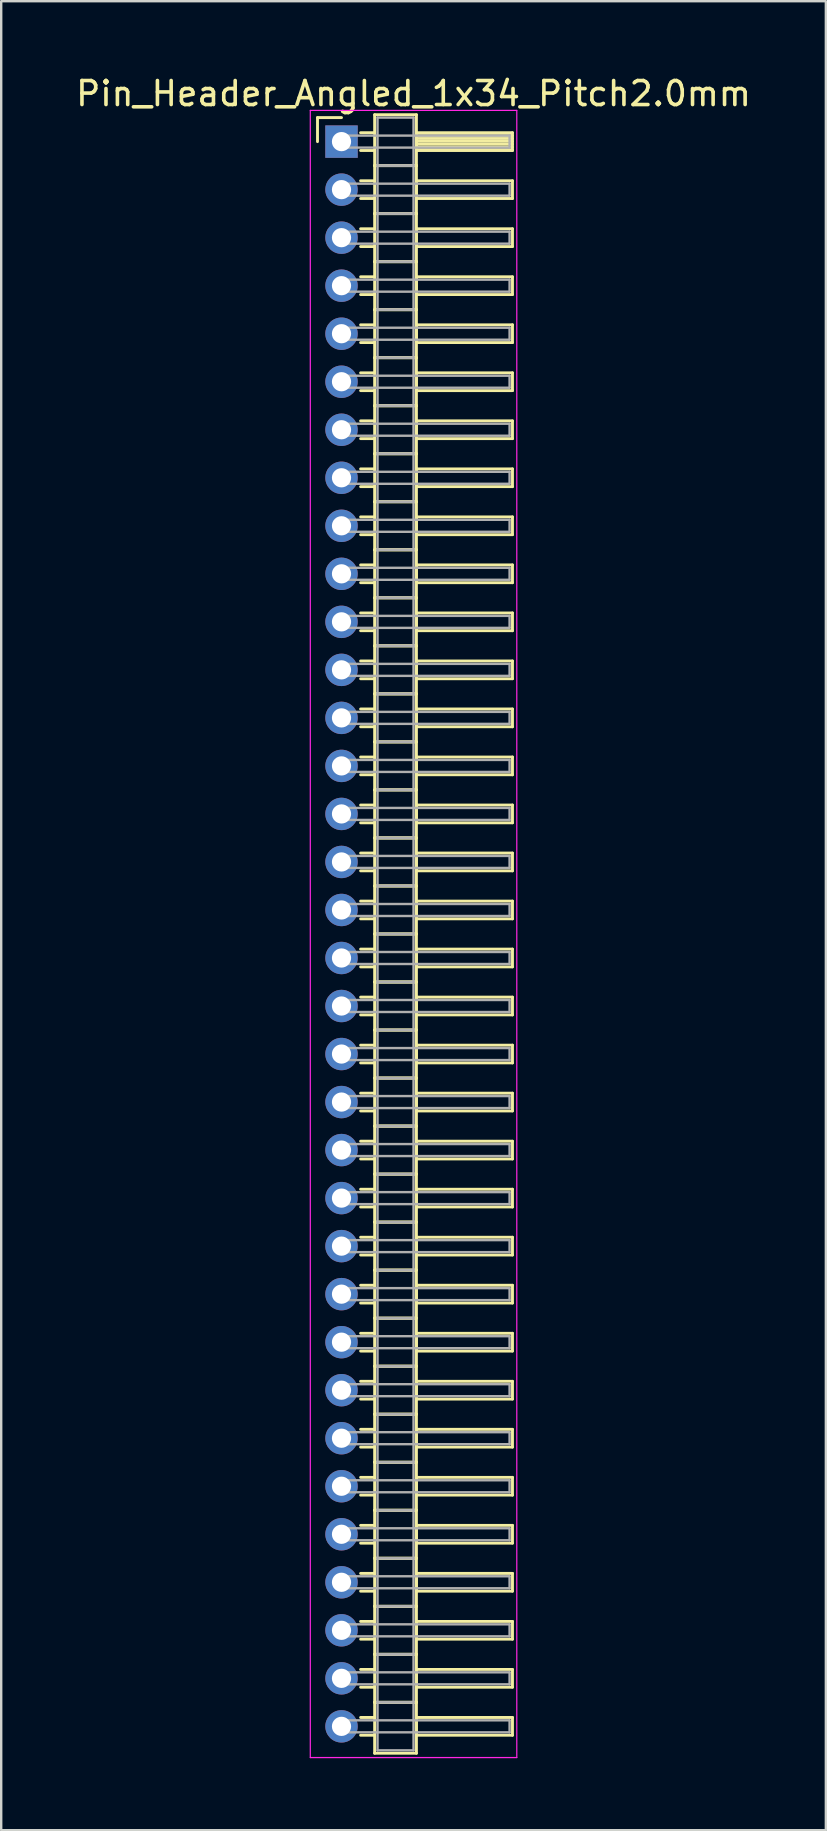
<source format=kicad_pcb>
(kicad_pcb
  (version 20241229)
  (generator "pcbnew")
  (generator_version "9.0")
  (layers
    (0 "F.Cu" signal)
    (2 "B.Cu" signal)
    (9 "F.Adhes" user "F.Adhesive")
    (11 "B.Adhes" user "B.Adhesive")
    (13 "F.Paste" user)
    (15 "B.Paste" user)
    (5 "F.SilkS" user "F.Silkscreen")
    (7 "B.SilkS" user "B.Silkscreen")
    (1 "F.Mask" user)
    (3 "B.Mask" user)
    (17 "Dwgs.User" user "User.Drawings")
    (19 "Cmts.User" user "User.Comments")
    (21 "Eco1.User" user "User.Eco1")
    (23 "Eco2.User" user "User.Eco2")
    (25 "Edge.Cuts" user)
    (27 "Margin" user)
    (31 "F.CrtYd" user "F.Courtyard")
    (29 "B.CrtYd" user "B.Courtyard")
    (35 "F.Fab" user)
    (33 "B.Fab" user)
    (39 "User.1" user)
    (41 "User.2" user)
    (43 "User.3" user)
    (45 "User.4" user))
  (footprint "Pin_Header_Angled_1x34_Pitch2.0mm"
    (layer "F.Cu")
    (at 11.173 2.848)
    (property "Reference" "Pin_Header_Angled_1x34_Pitch2.0mm" (at 3 -2 0) (layer "F.SilkS") (effects (font (size 1 1) (thickness 0.15))))
    (attr through_hole)
    (fp_line (start -1 -1) (end 0 -1) (stroke (width 0.12) (type solid)) (layer "F.SilkS"))
    (fp_line (start -1 0) (end -1 -1) (stroke (width 0.12) (type solid)) (layer "F.SilkS"))
    (fp_line (start 0.795 -0.37) (end 1.38 -0.37) (stroke (width 0.12) (type solid)) (layer "F.SilkS"))
    (fp_line (start 0.795 0.37) (end 1.38 0.37) (stroke (width 0.12) (type solid)) (layer "F.SilkS"))
    (fp_line (start 0.795 1.63) (end 1.38 1.63) (stroke (width 0.12) (type solid)) (layer "F.SilkS"))
    (fp_line (start 0.795 2.37) (end 1.38 2.37) (stroke (width 0.12) (type solid)) (layer "F.SilkS"))
    (fp_line (start 0.795 3.63) (end 1.38 3.63) (stroke (width 0.12) (type solid)) (layer "F.SilkS"))
    (fp_line (start 0.795 4.37) (end 1.38 4.37) (stroke (width 0.12) (type solid)) (layer "F.SilkS"))
    (fp_line (start 0.795 5.63) (end 1.38 5.63) (stroke (width 0.12) (type solid)) (layer "F.SilkS"))
    (fp_line (start 0.795 6.37) (end 1.38 6.37) (stroke (width 0.12) (type solid)) (layer "F.SilkS"))
    (fp_line (start 0.795 7.63) (end 1.38 7.63) (stroke (width 0.12) (type solid)) (layer "F.SilkS"))
    (fp_line (start 0.795 8.37) (end 1.38 8.37) (stroke (width 0.12) (type solid)) (layer "F.SilkS"))
    (fp_line (start 0.795 9.63) (end 1.38 9.63) (stroke (width 0.12) (type solid)) (layer "F.SilkS"))
    (fp_line (start 0.795 10.37) (end 1.38 10.37) (stroke (width 0.12) (type solid)) (layer "F.SilkS"))
    (fp_line (start 0.795 11.63) (end 1.38 11.63) (stroke (width 0.12) (type solid)) (layer "F.SilkS"))
    (fp_line (start 0.795 12.37) (end 1.38 12.37) (stroke (width 0.12) (type solid)) (layer "F.SilkS"))
    (fp_line (start 0.795 13.63) (end 1.38 13.63) (stroke (width 0.12) (type solid)) (layer "F.SilkS"))
    (fp_line (start 0.795 14.37) (end 1.38 14.37) (stroke (width 0.12) (type solid)) (layer "F.SilkS"))
    (fp_line (start 0.795 15.63) (end 1.38 15.63) (stroke (width 0.12) (type solid)) (layer "F.SilkS"))
    (fp_line (start 0.795 16.37) (end 1.38 16.37) (stroke (width 0.12) (type solid)) (layer "F.SilkS"))
    (fp_line (start 0.795 17.63) (end 1.38 17.63) (stroke (width 0.12) (type solid)) (layer "F.SilkS"))
    (fp_line (start 0.795 18.37) (end 1.38 18.37) (stroke (width 0.12) (type solid)) (layer "F.SilkS"))
    (fp_line (start 0.795 19.63) (end 1.38 19.63) (stroke (width 0.12) (type solid)) (layer "F.SilkS"))
    (fp_line (start 0.795 20.37) (end 1.38 20.37) (stroke (width 0.12) (type solid)) (layer "F.SilkS"))
    (fp_line (start 0.795 21.63) (end 1.38 21.63) (stroke (width 0.12) (type solid)) (layer "F.SilkS"))
    (fp_line (start 0.795 22.37) (end 1.38 22.37) (stroke (width 0.12) (type solid)) (layer "F.SilkS"))
    (fp_line (start 0.795 23.63) (end 1.38 23.63) (stroke (width 0.12) (type solid)) (layer "F.SilkS"))
    (fp_line (start 0.795 24.37) (end 1.38 24.37) (stroke (width 0.12) (type solid)) (layer "F.SilkS"))
    (fp_line (start 0.795 25.63) (end 1.38 25.63) (stroke (width 0.12) (type solid)) (layer "F.SilkS"))
    (fp_line (start 0.795 26.37) (end 1.38 26.37) (stroke (width 0.12) (type solid)) (layer "F.SilkS"))
    (fp_line (start 0.795 27.63) (end 1.38 27.63) (stroke (width 0.12) (type solid)) (layer "F.SilkS"))
    (fp_line (start 0.795 28.37) (end 1.38 28.37) (stroke (width 0.12) (type solid)) (layer "F.SilkS"))
    (fp_line (start 0.795 29.63) (end 1.38 29.63) (stroke (width 0.12) (type solid)) (layer "F.SilkS"))
    (fp_line (start 0.795 30.37) (end 1.38 30.37) (stroke (width 0.12) (type solid)) (layer "F.SilkS"))
    (fp_line (start 0.795 31.63) (end 1.38 31.63) (stroke (width 0.12) (type solid)) (layer "F.SilkS"))
    (fp_line (start 0.795 32.37) (end 1.38 32.37) (stroke (width 0.12) (type solid)) (layer "F.SilkS"))
    (fp_line (start 0.795 33.63) (end 1.38 33.63) (stroke (width 0.12) (type solid)) (layer "F.SilkS"))
    (fp_line (start 0.795 34.37) (end 1.38 34.37) (stroke (width 0.12) (type solid)) (layer "F.SilkS"))
    (fp_line (start 0.795 35.63) (end 1.38 35.63) (stroke (width 0.12) (type solid)) (layer "F.SilkS"))
    (fp_line (start 0.795 36.37) (end 1.38 36.37) (stroke (width 0.12) (type solid)) (layer "F.SilkS"))
    (fp_line (start 0.795 37.63) (end 1.38 37.63) (stroke (width 0.12) (type solid)) (layer "F.SilkS"))
    (fp_line (start 0.795 38.37) (end 1.38 38.37) (stroke (width 0.12) (type solid)) (layer "F.SilkS"))
    (fp_line (start 0.795 39.63) (end 1.38 39.63) (stroke (width 0.12) (type solid)) (layer "F.SilkS"))
    (fp_line (start 0.795 40.37) (end 1.38 40.37) (stroke (width 0.12) (type solid)) (layer "F.SilkS"))
    (fp_line (start 0.795 41.63) (end 1.38 41.63) (stroke (width 0.12) (type solid)) (layer "F.SilkS"))
    (fp_line (start 0.795 42.37) (end 1.38 42.37) (stroke (width 0.12) (type solid)) (layer "F.SilkS"))
    (fp_line (start 0.795 43.63) (end 1.38 43.63) (stroke (width 0.12) (type solid)) (layer "F.SilkS"))
    (fp_line (start 0.795 44.37) (end 1.38 44.37) (stroke (width 0.12) (type solid)) (layer "F.SilkS"))
    (fp_line (start 0.795 45.63) (end 1.38 45.63) (stroke (width 0.12) (type solid)) (layer "F.SilkS"))
    (fp_line (start 0.795 46.37) (end 1.38 46.37) (stroke (width 0.12) (type solid)) (layer "F.SilkS"))
    (fp_line (start 0.795 47.63) (end 1.38 47.63) (stroke (width 0.12) (type solid)) (layer "F.SilkS"))
    (fp_line (start 0.795 48.37) (end 1.38 48.37) (stroke (width 0.12) (type solid)) (layer "F.SilkS"))
    (fp_line (start 0.795 49.63) (end 1.38 49.63) (stroke (width 0.12) (type solid)) (layer "F.SilkS"))
    (fp_line (start 0.795 50.37) (end 1.38 50.37) (stroke (width 0.12) (type solid)) (layer "F.SilkS"))
    (fp_line (start 0.795 51.63) (end 1.38 51.63) (stroke (width 0.12) (type solid)) (layer "F.SilkS"))
    (fp_line (start 0.795 52.37) (end 1.38 52.37) (stroke (width 0.12) (type solid)) (layer "F.SilkS"))
    (fp_line (start 0.795 53.63) (end 1.38 53.63) (stroke (width 0.12) (type solid)) (layer "F.SilkS"))
    (fp_line (start 0.795 54.37) (end 1.38 54.37) (stroke (width 0.12) (type solid)) (layer "F.SilkS"))
    (fp_line (start 0.795 55.63) (end 1.38 55.63) (stroke (width 0.12) (type solid)) (layer "F.SilkS"))
    (fp_line (start 0.795 56.37) (end 1.38 56.37) (stroke (width 0.12) (type solid)) (layer "F.SilkS"))
    (fp_line (start 0.795 57.63) (end 1.38 57.63) (stroke (width 0.12) (type solid)) (layer "F.SilkS"))
    (fp_line (start 0.795 58.37) (end 1.38 58.37) (stroke (width 0.12) (type solid)) (layer "F.SilkS"))
    (fp_line (start 0.795 59.63) (end 1.38 59.63) (stroke (width 0.12) (type solid)) (layer "F.SilkS"))
    (fp_line (start 0.795 60.37) (end 1.38 60.37) (stroke (width 0.12) (type solid)) (layer "F.SilkS"))
    (fp_line (start 0.795 61.63) (end 1.38 61.63) (stroke (width 0.12) (type solid)) (layer "F.SilkS"))
    (fp_line (start 0.795 62.37) (end 1.38 62.37) (stroke (width 0.12) (type solid)) (layer "F.SilkS"))
    (fp_line (start 0.795 63.63) (end 1.38 63.63) (stroke (width 0.12) (type solid)) (layer "F.SilkS"))
    (fp_line (start 0.795 64.37) (end 1.38 64.37) (stroke (width 0.12) (type solid)) (layer "F.SilkS"))
    (fp_line (start 0.795 65.63) (end 1.38 65.63) (stroke (width 0.12) (type solid)) (layer "F.SilkS"))
    (fp_line (start 0.795 66.37) (end 1.38 66.37) (stroke (width 0.12) (type solid)) (layer "F.SilkS"))
    (fp_line (start 1.38 -1.12) (end 1.38 1) (stroke (width 0.12) (type solid)) (layer "F.SilkS"))
    (fp_line (start 1.38 1) (end 1.38 3) (stroke (width 0.12) (type solid)) (layer "F.SilkS"))
    (fp_line (start 1.38 1) (end 3.12 1) (stroke (width 0.12) (type solid)) (layer "F.SilkS"))
    (fp_line (start 1.38 3) (end 1.38 5) (stroke (width 0.12) (type solid)) (layer "F.SilkS"))
    (fp_line (start 1.38 3) (end 3.12 3) (stroke (width 0.12) (type solid)) (layer "F.SilkS"))
    (fp_line (start 1.38 5) (end 1.38 7) (stroke (width 0.12) (type solid)) (layer "F.SilkS"))
    (fp_line (start 1.38 5) (end 3.12 5) (stroke (width 0.12) (type solid)) (layer "F.SilkS"))
    (fp_line (start 1.38 7) (end 1.38 9) (stroke (width 0.12) (type solid)) (layer "F.SilkS"))
    (fp_line (start 1.38 7) (end 3.12 7) (stroke (width 0.12) (type solid)) (layer "F.SilkS"))
    (fp_line (start 1.38 9) (end 1.38 11) (stroke (width 0.12) (type solid)) (layer "F.SilkS"))
    (fp_line (start 1.38 9) (end 3.12 9) (stroke (width 0.12) (type solid)) (layer "F.SilkS"))
    (fp_line (start 1.38 11) (end 1.38 13) (stroke (width 0.12) (type solid)) (layer "F.SilkS"))
    (fp_line (start 1.38 11) (end 3.12 11) (stroke (width 0.12) (type solid)) (layer "F.SilkS"))
    (fp_line (start 1.38 13) (end 1.38 15) (stroke (width 0.12) (type solid)) (layer "F.SilkS"))
    (fp_line (start 1.38 13) (end 3.12 13) (stroke (width 0.12) (type solid)) (layer "F.SilkS"))
    (fp_line (start 1.38 15) (end 1.38 17) (stroke (width 0.12) (type solid)) (layer "F.SilkS"))
    (fp_line (start 1.38 15) (end 3.12 15) (stroke (width 0.12) (type solid)) (layer "F.SilkS"))
    (fp_line (start 1.38 17) (end 1.38 19) (stroke (width 0.12) (type solid)) (layer "F.SilkS"))
    (fp_line (start 1.38 17) (end 3.12 17) (stroke (width 0.12) (type solid)) (layer "F.SilkS"))
    (fp_line (start 1.38 19) (end 1.38 21) (stroke (width 0.12) (type solid)) (layer "F.SilkS"))
    (fp_line (start 1.38 19) (end 3.12 19) (stroke (width 0.12) (type solid)) (layer "F.SilkS"))
    (fp_line (start 1.38 21) (end 1.38 23) (stroke (width 0.12) (type solid)) (layer "F.SilkS"))
    (fp_line (start 1.38 21) (end 3.12 21) (stroke (width 0.12) (type solid)) (layer "F.SilkS"))
    (fp_line (start 1.38 23) (end 1.38 25) (stroke (width 0.12) (type solid)) (layer "F.SilkS"))
    (fp_line (start 1.38 23) (end 3.12 23) (stroke (width 0.12) (type solid)) (layer "F.SilkS"))
    (fp_line (start 1.38 25) (end 1.38 27) (stroke (width 0.12) (type solid)) (layer "F.SilkS"))
    (fp_line (start 1.38 25) (end 3.12 25) (stroke (width 0.12) (type solid)) (layer "F.SilkS"))
    (fp_line (start 1.38 27) (end 1.38 29) (stroke (width 0.12) (type solid)) (layer "F.SilkS"))
    (fp_line (start 1.38 27) (end 3.12 27) (stroke (width 0.12) (type solid)) (layer "F.SilkS"))
    (fp_line (start 1.38 29) (end 1.38 31) (stroke (width 0.12) (type solid)) (layer "F.SilkS"))
    (fp_line (start 1.38 29) (end 3.12 29) (stroke (width 0.12) (type solid)) (layer "F.SilkS"))
    (fp_line (start 1.38 31) (end 1.38 33) (stroke (width 0.12) (type solid)) (layer "F.SilkS"))
    (fp_line (start 1.38 31) (end 3.12 31) (stroke (width 0.12) (type solid)) (layer "F.SilkS"))
    (fp_line (start 1.38 33) (end 1.38 35) (stroke (width 0.12) (type solid)) (layer "F.SilkS"))
    (fp_line (start 1.38 33) (end 3.12 33) (stroke (width 0.12) (type solid)) (layer "F.SilkS"))
    (fp_line (start 1.38 35) (end 1.38 37) (stroke (width 0.12) (type solid)) (layer "F.SilkS"))
    (fp_line (start 1.38 35) (end 3.12 35) (stroke (width 0.12) (type solid)) (layer "F.SilkS"))
    (fp_line (start 1.38 37) (end 1.38 39) (stroke (width 0.12) (type solid)) (layer "F.SilkS"))
    (fp_line (start 1.38 37) (end 3.12 37) (stroke (width 0.12) (type solid)) (layer "F.SilkS"))
    (fp_line (start 1.38 39) (end 1.38 41) (stroke (width 0.12) (type solid)) (layer "F.SilkS"))
    (fp_line (start 1.38 39) (end 3.12 39) (stroke (width 0.12) (type solid)) (layer "F.SilkS"))
    (fp_line (start 1.38 41) (end 1.38 43) (stroke (width 0.12) (type solid)) (layer "F.SilkS"))
    (fp_line (start 1.38 41) (end 3.12 41) (stroke (width 0.12) (type solid)) (layer "F.SilkS"))
    (fp_line (start 1.38 43) (end 1.38 45) (stroke (width 0.12) (type solid)) (layer "F.SilkS"))
    (fp_line (start 1.38 43) (end 3.12 43) (stroke (width 0.12) (type solid)) (layer "F.SilkS"))
    (fp_line (start 1.38 45) (end 1.38 47) (stroke (width 0.12) (type solid)) (layer "F.SilkS"))
    (fp_line (start 1.38 45) (end 3.12 45) (stroke (width 0.12) (type solid)) (layer "F.SilkS"))
    (fp_line (start 1.38 47) (end 1.38 49) (stroke (width 0.12) (type solid)) (layer "F.SilkS"))
    (fp_line (start 1.38 47) (end 3.12 47) (stroke (width 0.12) (type solid)) (layer "F.SilkS"))
    (fp_line (start 1.38 49) (end 1.38 51) (stroke (width 0.12) (type solid)) (layer "F.SilkS"))
    (fp_line (start 1.38 49) (end 3.12 49) (stroke (width 0.12) (type solid)) (layer "F.SilkS"))
    (fp_line (start 1.38 51) (end 1.38 53) (stroke (width 0.12) (type solid)) (layer "F.SilkS"))
    (fp_line (start 1.38 51) (end 3.12 51) (stroke (width 0.12) (type solid)) (layer "F.SilkS"))
    (fp_line (start 1.38 53) (end 1.38 55) (stroke (width 0.12) (type solid)) (layer "F.SilkS"))
    (fp_line (start 1.38 53) (end 3.12 53) (stroke (width 0.12) (type solid)) (layer "F.SilkS"))
    (fp_line (start 1.38 55) (end 1.38 57) (stroke (width 0.12) (type solid)) (layer "F.SilkS"))
    (fp_line (start 1.38 55) (end 3.12 55) (stroke (width 0.12) (type solid)) (layer "F.SilkS"))
    (fp_line (start 1.38 57) (end 1.38 59) (stroke (width 0.12) (type solid)) (layer "F.SilkS"))
    (fp_line (start 1.38 57) (end 3.12 57) (stroke (width 0.12) (type solid)) (layer "F.SilkS"))
    (fp_line (start 1.38 59) (end 1.38 61) (stroke (width 0.12) (type solid)) (layer "F.SilkS"))
    (fp_line (start 1.38 59) (end 3.12 59) (stroke (width 0.12) (type solid)) (layer "F.SilkS"))
    (fp_line (start 1.38 61) (end 1.38 63) (stroke (width 0.12) (type solid)) (layer "F.SilkS"))
    (fp_line (start 1.38 61) (end 3.12 61) (stroke (width 0.12) (type solid)) (layer "F.SilkS"))
    (fp_line (start 1.38 63) (end 1.38 65) (stroke (width 0.12) (type solid)) (layer "F.SilkS"))
    (fp_line (start 1.38 63) (end 3.12 63) (stroke (width 0.12) (type solid)) (layer "F.SilkS"))
    (fp_line (start 1.38 65) (end 1.38 67.12) (stroke (width 0.12) (type solid)) (layer "F.SilkS"))
    (fp_line (start 1.38 65) (end 3.12 65) (stroke (width 0.12) (type solid)) (layer "F.SilkS"))
    (fp_line (start 1.38 67.12) (end 3.12 67.12) (stroke (width 0.12) (type solid)) (layer "F.SilkS"))
    (fp_line (start 3.12 -1.12) (end 1.38 -1.12) (stroke (width 0.12) (type solid)) (layer "F.SilkS"))
    (fp_line (start 3.12 -0.37) (end 3.12 0.37) (stroke (width 0.12) (type solid)) (layer "F.SilkS"))
    (fp_line (start 3.12 -0.25) (end 7.12 -0.25) (stroke (width 0.12) (type solid)) (layer "F.SilkS"))
    (fp_line (start 3.12 -0.13) (end 7.12 -0.13) (stroke (width 0.12) (type solid)) (layer "F.SilkS"))
    (fp_line (start 3.12 -0.01) (end 7.12 -0.01) (stroke (width 0.12) (type solid)) (layer "F.SilkS"))
    (fp_line (start 3.12 0.11) (end 7.12 0.11) (stroke (width 0.12) (type solid)) (layer "F.SilkS"))
    (fp_line (start 3.12 0.23) (end 7.12 0.23) (stroke (width 0.12) (type solid)) (layer "F.SilkS"))
    (fp_line (start 3.12 0.35) (end 7.12 0.35) (stroke (width 0.12) (type solid)) (layer "F.SilkS"))
    (fp_line (start 3.12 0.37) (end 7.12 0.37) (stroke (width 0.12) (type solid)) (layer "F.SilkS"))
    (fp_line (start 3.12 1) (end 1.38 1) (stroke (width 0.12) (type solid)) (layer "F.SilkS"))
    (fp_line (start 3.12 1) (end 3.12 -1.12) (stroke (width 0.12) (type solid)) (layer "F.SilkS"))
    (fp_line (start 3.12 1.63) (end 3.12 2.37) (stroke (width 0.12) (type solid)) (layer "F.SilkS"))
    (fp_line (start 3.12 2.37) (end 7.12 2.37) (stroke (width 0.12) (type solid)) (layer "F.SilkS"))
    (fp_line (start 3.12 3) (end 1.38 3) (stroke (width 0.12) (type solid)) (layer "F.SilkS"))
    (fp_line (start 3.12 3) (end 3.12 1) (stroke (width 0.12) (type solid)) (layer "F.SilkS"))
    (fp_line (start 3.12 3.63) (end 3.12 4.37) (stroke (width 0.12) (type solid)) (layer "F.SilkS"))
    (fp_line (start 3.12 4.37) (end 7.12 4.37) (stroke (width 0.12) (type solid)) (layer "F.SilkS"))
    (fp_line (start 3.12 5) (end 1.38 5) (stroke (width 0.12) (type solid)) (layer "F.SilkS"))
    (fp_line (start 3.12 5) (end 3.12 3) (stroke (width 0.12) (type solid)) (layer "F.SilkS"))
    (fp_line (start 3.12 5.63) (end 3.12 6.37) (stroke (width 0.12) (type solid)) (layer "F.SilkS"))
    (fp_line (start 3.12 6.37) (end 7.12 6.37) (stroke (width 0.12) (type solid)) (layer "F.SilkS"))
    (fp_line (start 3.12 7) (end 1.38 7) (stroke (width 0.12) (type solid)) (layer "F.SilkS"))
    (fp_line (start 3.12 7) (end 3.12 5) (stroke (width 0.12) (type solid)) (layer "F.SilkS"))
    (fp_line (start 3.12 7.63) (end 3.12 8.37) (stroke (width 0.12) (type solid)) (layer "F.SilkS"))
    (fp_line (start 3.12 8.37) (end 7.12 8.37) (stroke (width 0.12) (type solid)) (layer "F.SilkS"))
    (fp_line (start 3.12 9) (end 1.38 9) (stroke (width 0.12) (type solid)) (layer "F.SilkS"))
    (fp_line (start 3.12 9) (end 3.12 7) (stroke (width 0.12) (type solid)) (layer "F.SilkS"))
    (fp_line (start 3.12 9.63) (end 3.12 10.37) (stroke (width 0.12) (type solid)) (layer "F.SilkS"))
    (fp_line (start 3.12 10.37) (end 7.12 10.37) (stroke (width 0.12) (type solid)) (layer "F.SilkS"))
    (fp_line (start 3.12 11) (end 1.38 11) (stroke (width 0.12) (type solid)) (layer "F.SilkS"))
    (fp_line (start 3.12 11) (end 3.12 9) (stroke (width 0.12) (type solid)) (layer "F.SilkS"))
    (fp_line (start 3.12 11.63) (end 3.12 12.37) (stroke (width 0.12) (type solid)) (layer "F.SilkS"))
    (fp_line (start 3.12 12.37) (end 7.12 12.37) (stroke (width 0.12) (type solid)) (layer "F.SilkS"))
    (fp_line (start 3.12 13) (end 1.38 13) (stroke (width 0.12) (type solid)) (layer "F.SilkS"))
    (fp_line (start 3.12 13) (end 3.12 11) (stroke (width 0.12) (type solid)) (layer "F.SilkS"))
    (fp_line (start 3.12 13.63) (end 3.12 14.37) (stroke (width 0.12) (type solid)) (layer "F.SilkS"))
    (fp_line (start 3.12 14.37) (end 7.12 14.37) (stroke (width 0.12) (type solid)) (layer "F.SilkS"))
    (fp_line (start 3.12 15) (end 1.38 15) (stroke (width 0.12) (type solid)) (layer "F.SilkS"))
    (fp_line (start 3.12 15) (end 3.12 13) (stroke (width 0.12) (type solid)) (layer "F.SilkS"))
    (fp_line (start 3.12 15.63) (end 3.12 16.37) (stroke (width 0.12) (type solid)) (layer "F.SilkS"))
    (fp_line (start 3.12 16.37) (end 7.12 16.37) (stroke (width 0.12) (type solid)) (layer "F.SilkS"))
    (fp_line (start 3.12 17) (end 1.38 17) (stroke (width 0.12) (type solid)) (layer "F.SilkS"))
    (fp_line (start 3.12 17) (end 3.12 15) (stroke (width 0.12) (type solid)) (layer "F.SilkS"))
    (fp_line (start 3.12 17.63) (end 3.12 18.37) (stroke (width 0.12) (type solid)) (layer "F.SilkS"))
    (fp_line (start 3.12 18.37) (end 7.12 18.37) (stroke (width 0.12) (type solid)) (layer "F.SilkS"))
    (fp_line (start 3.12 19) (end 1.38 19) (stroke (width 0.12) (type solid)) (layer "F.SilkS"))
    (fp_line (start 3.12 19) (end 3.12 17) (stroke (width 0.12) (type solid)) (layer "F.SilkS"))
    (fp_line (start 3.12 19.63) (end 3.12 20.37) (stroke (width 0.12) (type solid)) (layer "F.SilkS"))
    (fp_line (start 3.12 20.37) (end 7.12 20.37) (stroke (width 0.12) (type solid)) (layer "F.SilkS"))
    (fp_line (start 3.12 21) (end 1.38 21) (stroke (width 0.12) (type solid)) (layer "F.SilkS"))
    (fp_line (start 3.12 21) (end 3.12 19) (stroke (width 0.12) (type solid)) (layer "F.SilkS"))
    (fp_line (start 3.12 21.63) (end 3.12 22.37) (stroke (width 0.12) (type solid)) (layer "F.SilkS"))
    (fp_line (start 3.12 22.37) (end 7.12 22.37) (stroke (width 0.12) (type solid)) (layer "F.SilkS"))
    (fp_line (start 3.12 23) (end 1.38 23) (stroke (width 0.12) (type solid)) (layer "F.SilkS"))
    (fp_line (start 3.12 23) (end 3.12 21) (stroke (width 0.12) (type solid)) (layer "F.SilkS"))
    (fp_line (start 3.12 23.63) (end 3.12 24.37) (stroke (width 0.12) (type solid)) (layer "F.SilkS"))
    (fp_line (start 3.12 24.37) (end 7.12 24.37) (stroke (width 0.12) (type solid)) (layer "F.SilkS"))
    (fp_line (start 3.12 25) (end 1.38 25) (stroke (width 0.12) (type solid)) (layer "F.SilkS"))
    (fp_line (start 3.12 25) (end 3.12 23) (stroke (width 0.12) (type solid)) (layer "F.SilkS"))
    (fp_line (start 3.12 25.63) (end 3.12 26.37) (stroke (width 0.12) (type solid)) (layer "F.SilkS"))
    (fp_line (start 3.12 26.37) (end 7.12 26.37) (stroke (width 0.12) (type solid)) (layer "F.SilkS"))
    (fp_line (start 3.12 27) (end 1.38 27) (stroke (width 0.12) (type solid)) (layer "F.SilkS"))
    (fp_line (start 3.12 27) (end 3.12 25) (stroke (width 0.12) (type solid)) (layer "F.SilkS"))
    (fp_line (start 3.12 27.63) (end 3.12 28.37) (stroke (width 0.12) (type solid)) (layer "F.SilkS"))
    (fp_line (start 3.12 28.37) (end 7.12 28.37) (stroke (width 0.12) (type solid)) (layer "F.SilkS"))
    (fp_line (start 3.12 29) (end 1.38 29) (stroke (width 0.12) (type solid)) (layer "F.SilkS"))
    (fp_line (start 3.12 29) (end 3.12 27) (stroke (width 0.12) (type solid)) (layer "F.SilkS"))
    (fp_line (start 3.12 29.63) (end 3.12 30.37) (stroke (width 0.12) (type solid)) (layer "F.SilkS"))
    (fp_line (start 3.12 30.37) (end 7.12 30.37) (stroke (width 0.12) (type solid)) (layer "F.SilkS"))
    (fp_line (start 3.12 31) (end 1.38 31) (stroke (width 0.12) (type solid)) (layer "F.SilkS"))
    (fp_line (start 3.12 31) (end 3.12 29) (stroke (width 0.12) (type solid)) (layer "F.SilkS"))
    (fp_line (start 3.12 31.63) (end 3.12 32.37) (stroke (width 0.12) (type solid)) (layer "F.SilkS"))
    (fp_line (start 3.12 32.37) (end 7.12 32.37) (stroke (width 0.12) (type solid)) (layer "F.SilkS"))
    (fp_line (start 3.12 33) (end 1.38 33) (stroke (width 0.12) (type solid)) (layer "F.SilkS"))
    (fp_line (start 3.12 33) (end 3.12 31) (stroke (width 0.12) (type solid)) (layer "F.SilkS"))
    (fp_line (start 3.12 33.63) (end 3.12 34.37) (stroke (width 0.12) (type solid)) (layer "F.SilkS"))
    (fp_line (start 3.12 34.37) (end 7.12 34.37) (stroke (width 0.12) (type solid)) (layer "F.SilkS"))
    (fp_line (start 3.12 35) (end 1.38 35) (stroke (width 0.12) (type solid)) (layer "F.SilkS"))
    (fp_line (start 3.12 35) (end 3.12 33) (stroke (width 0.12) (type solid)) (layer "F.SilkS"))
    (fp_line (start 3.12 35.63) (end 3.12 36.37) (stroke (width 0.12) (type solid)) (layer "F.SilkS"))
    (fp_line (start 3.12 36.37) (end 7.12 36.37) (stroke (width 0.12) (type solid)) (layer "F.SilkS"))
    (fp_line (start 3.12 37) (end 1.38 37) (stroke (width 0.12) (type solid)) (layer "F.SilkS"))
    (fp_line (start 3.12 37) (end 3.12 35) (stroke (width 0.12) (type solid)) (layer "F.SilkS"))
    (fp_line (start 3.12 37.63) (end 3.12 38.37) (stroke (width 0.12) (type solid)) (layer "F.SilkS"))
    (fp_line (start 3.12 38.37) (end 7.12 38.37) (stroke (width 0.12) (type solid)) (layer "F.SilkS"))
    (fp_line (start 3.12 39) (end 1.38 39) (stroke (width 0.12) (type solid)) (layer "F.SilkS"))
    (fp_line (start 3.12 39) (end 3.12 37) (stroke (width 0.12) (type solid)) (layer "F.SilkS"))
    (fp_line (start 3.12 39.63) (end 3.12 40.37) (stroke (width 0.12) (type solid)) (layer "F.SilkS"))
    (fp_line (start 3.12 40.37) (end 7.12 40.37) (stroke (width 0.12) (type solid)) (layer "F.SilkS"))
    (fp_line (start 3.12 41) (end 1.38 41) (stroke (width 0.12) (type solid)) (layer "F.SilkS"))
    (fp_line (start 3.12 41) (end 3.12 39) (stroke (width 0.12) (type solid)) (layer "F.SilkS"))
    (fp_line (start 3.12 41.63) (end 3.12 42.37) (stroke (width 0.12) (type solid)) (layer "F.SilkS"))
    (fp_line (start 3.12 42.37) (end 7.12 42.37) (stroke (width 0.12) (type solid)) (layer "F.SilkS"))
    (fp_line (start 3.12 43) (end 1.38 43) (stroke (width 0.12) (type solid)) (layer "F.SilkS"))
    (fp_line (start 3.12 43) (end 3.12 41) (stroke (width 0.12) (type solid)) (layer "F.SilkS"))
    (fp_line (start 3.12 43.63) (end 3.12 44.37) (stroke (width 0.12) (type solid)) (layer "F.SilkS"))
    (fp_line (start 3.12 44.37) (end 7.12 44.37) (stroke (width 0.12) (type solid)) (layer "F.SilkS"))
    (fp_line (start 3.12 45) (end 1.38 45) (stroke (width 0.12) (type solid)) (layer "F.SilkS"))
    (fp_line (start 3.12 45) (end 3.12 43) (stroke (width 0.12) (type solid)) (layer "F.SilkS"))
    (fp_line (start 3.12 45.63) (end 3.12 46.37) (stroke (width 0.12) (type solid)) (layer "F.SilkS"))
    (fp_line (start 3.12 46.37) (end 7.12 46.37) (stroke (width 0.12) (type solid)) (layer "F.SilkS"))
    (fp_line (start 3.12 47) (end 1.38 47) (stroke (width 0.12) (type solid)) (layer "F.SilkS"))
    (fp_line (start 3.12 47) (end 3.12 45) (stroke (width 0.12) (type solid)) (layer "F.SilkS"))
    (fp_line (start 3.12 47.63) (end 3.12 48.37) (stroke (width 0.12) (type solid)) (layer "F.SilkS"))
    (fp_line (start 3.12 48.37) (end 7.12 48.37) (stroke (width 0.12) (type solid)) (layer "F.SilkS"))
    (fp_line (start 3.12 49) (end 1.38 49) (stroke (width 0.12) (type solid)) (layer "F.SilkS"))
    (fp_line (start 3.12 49) (end 3.12 47) (stroke (width 0.12) (type solid)) (layer "F.SilkS"))
    (fp_line (start 3.12 49.63) (end 3.12 50.37) (stroke (width 0.12) (type solid)) (layer "F.SilkS"))
    (fp_line (start 3.12 50.37) (end 7.12 50.37) (stroke (width 0.12) (type solid)) (layer "F.SilkS"))
    (fp_line (start 3.12 51) (end 1.38 51) (stroke (width 0.12) (type solid)) (layer "F.SilkS"))
    (fp_line (start 3.12 51) (end 3.12 49) (stroke (width 0.12) (type solid)) (layer "F.SilkS"))
    (fp_line (start 3.12 51.63) (end 3.12 52.37) (stroke (width 0.12) (type solid)) (layer "F.SilkS"))
    (fp_line (start 3.12 52.37) (end 7.12 52.37) (stroke (width 0.12) (type solid)) (layer "F.SilkS"))
    (fp_line (start 3.12 53) (end 1.38 53) (stroke (width 0.12) (type solid)) (layer "F.SilkS"))
    (fp_line (start 3.12 53) (end 3.12 51) (stroke (width 0.12) (type solid)) (layer "F.SilkS"))
    (fp_line (start 3.12 53.63) (end 3.12 54.37) (stroke (width 0.12) (type solid)) (layer "F.SilkS"))
    (fp_line (start 3.12 54.37) (end 7.12 54.37) (stroke (width 0.12) (type solid)) (layer "F.SilkS"))
    (fp_line (start 3.12 55) (end 1.38 55) (stroke (width 0.12) (type solid)) (layer "F.SilkS"))
    (fp_line (start 3.12 55) (end 3.12 53) (stroke (width 0.12) (type solid)) (layer "F.SilkS"))
    (fp_line (start 3.12 55.63) (end 3.12 56.37) (stroke (width 0.12) (type solid)) (layer "F.SilkS"))
    (fp_line (start 3.12 56.37) (end 7.12 56.37) (stroke (width 0.12) (type solid)) (layer "F.SilkS"))
    (fp_line (start 3.12 57) (end 1.38 57) (stroke (width 0.12) (type solid)) (layer "F.SilkS"))
    (fp_line (start 3.12 57) (end 3.12 55) (stroke (width 0.12) (type solid)) (layer "F.SilkS"))
    (fp_line (start 3.12 57.63) (end 3.12 58.37) (stroke (width 0.12) (type solid)) (layer "F.SilkS"))
    (fp_line (start 3.12 58.37) (end 7.12 58.37) (stroke (width 0.12) (type solid)) (layer "F.SilkS"))
    (fp_line (start 3.12 59) (end 1.38 59) (stroke (width 0.12) (type solid)) (layer "F.SilkS"))
    (fp_line (start 3.12 59) (end 3.12 57) (stroke (width 0.12) (type solid)) (layer "F.SilkS"))
    (fp_line (start 3.12 59.63) (end 3.12 60.37) (stroke (width 0.12) (type solid)) (layer "F.SilkS"))
    (fp_line (start 3.12 60.37) (end 7.12 60.37) (stroke (width 0.12) (type solid)) (layer "F.SilkS"))
    (fp_line (start 3.12 61) (end 1.38 61) (stroke (width 0.12) (type solid)) (layer "F.SilkS"))
    (fp_line (start 3.12 61) (end 3.12 59) (stroke (width 0.12) (type solid)) (layer "F.SilkS"))
    (fp_line (start 3.12 61.63) (end 3.12 62.37) (stroke (width 0.12) (type solid)) (layer "F.SilkS"))
    (fp_line (start 3.12 62.37) (end 7.12 62.37) (stroke (width 0.12) (type solid)) (layer "F.SilkS"))
    (fp_line (start 3.12 63) (end 1.38 63) (stroke (width 0.12) (type solid)) (layer "F.SilkS"))
    (fp_line (start 3.12 63) (end 3.12 61) (stroke (width 0.12) (type solid)) (layer "F.SilkS"))
    (fp_line (start 3.12 63.63) (end 3.12 64.37) (stroke (width 0.12) (type solid)) (layer "F.SilkS"))
    (fp_line (start 3.12 64.37) (end 7.12 64.37) (stroke (width 0.12) (type solid)) (layer "F.SilkS"))
    (fp_line (start 3.12 65) (end 1.38 65) (stroke (width 0.12) (type solid)) (layer "F.SilkS"))
    (fp_line (start 3.12 65) (end 3.12 63) (stroke (width 0.12) (type solid)) (layer "F.SilkS"))
    (fp_line (start 3.12 65.63) (end 3.12 66.37) (stroke (width 0.12) (type solid)) (layer "F.SilkS"))
    (fp_line (start 3.12 66.37) (end 7.12 66.37) (stroke (width 0.12) (type solid)) (layer "F.SilkS"))
    (fp_line (start 3.12 67.12) (end 3.12 65) (stroke (width 0.12) (type solid)) (layer "F.SilkS"))
    (fp_line (start 7.12 -0.37) (end 3.12 -0.37) (stroke (width 0.12) (type solid)) (layer "F.SilkS"))
    (fp_line (start 7.12 0.37) (end 7.12 -0.37) (stroke (width 0.12) (type solid)) (layer "F.SilkS"))
    (fp_line (start 7.12 1.63) (end 3.12 1.63) (stroke (width 0.12) (type solid)) (layer "F.SilkS"))
    (fp_line (start 7.12 2.37) (end 7.12 1.63) (stroke (width 0.12) (type solid)) (layer "F.SilkS"))
    (fp_line (start 7.12 3.63) (end 3.12 3.63) (stroke (width 0.12) (type solid)) (layer "F.SilkS"))
    (fp_line (start 7.12 4.37) (end 7.12 3.63) (stroke (width 0.12) (type solid)) (layer "F.SilkS"))
    (fp_line (start 7.12 5.63) (end 3.12 5.63) (stroke (width 0.12) (type solid)) (layer "F.SilkS"))
    (fp_line (start 7.12 6.37) (end 7.12 5.63) (stroke (width 0.12) (type solid)) (layer "F.SilkS"))
    (fp_line (start 7.12 7.63) (end 3.12 7.63) (stroke (width 0.12) (type solid)) (layer "F.SilkS"))
    (fp_line (start 7.12 8.37) (end 7.12 7.63) (stroke (width 0.12) (type solid)) (layer "F.SilkS"))
    (fp_line (start 7.12 9.63) (end 3.12 9.63) (stroke (width 0.12) (type solid)) (layer "F.SilkS"))
    (fp_line (start 7.12 10.37) (end 7.12 9.63) (stroke (width 0.12) (type solid)) (layer "F.SilkS"))
    (fp_line (start 7.12 11.63) (end 3.12 11.63) (stroke (width 0.12) (type solid)) (layer "F.SilkS"))
    (fp_line (start 7.12 12.37) (end 7.12 11.63) (stroke (width 0.12) (type solid)) (layer "F.SilkS"))
    (fp_line (start 7.12 13.63) (end 3.12 13.63) (stroke (width 0.12) (type solid)) (layer "F.SilkS"))
    (fp_line (start 7.12 14.37) (end 7.12 13.63) (stroke (width 0.12) (type solid)) (layer "F.SilkS"))
    (fp_line (start 7.12 15.63) (end 3.12 15.63) (stroke (width 0.12) (type solid)) (layer "F.SilkS"))
    (fp_line (start 7.12 16.37) (end 7.12 15.63) (stroke (width 0.12) (type solid)) (layer "F.SilkS"))
    (fp_line (start 7.12 17.63) (end 3.12 17.63) (stroke (width 0.12) (type solid)) (layer "F.SilkS"))
    (fp_line (start 7.12 18.37) (end 7.12 17.63) (stroke (width 0.12) (type solid)) (layer "F.SilkS"))
    (fp_line (start 7.12 19.63) (end 3.12 19.63) (stroke (width 0.12) (type solid)) (layer "F.SilkS"))
    (fp_line (start 7.12 20.37) (end 7.12 19.63) (stroke (width 0.12) (type solid)) (layer "F.SilkS"))
    (fp_line (start 7.12 21.63) (end 3.12 21.63) (stroke (width 0.12) (type solid)) (layer "F.SilkS"))
    (fp_line (start 7.12 22.37) (end 7.12 21.63) (stroke (width 0.12) (type solid)) (layer "F.SilkS"))
    (fp_line (start 7.12 23.63) (end 3.12 23.63) (stroke (width 0.12) (type solid)) (layer "F.SilkS"))
    (fp_line (start 7.12 24.37) (end 7.12 23.63) (stroke (width 0.12) (type solid)) (layer "F.SilkS"))
    (fp_line (start 7.12 25.63) (end 3.12 25.63) (stroke (width 0.12) (type solid)) (layer "F.SilkS"))
    (fp_line (start 7.12 26.37) (end 7.12 25.63) (stroke (width 0.12) (type solid)) (layer "F.SilkS"))
    (fp_line (start 7.12 27.63) (end 3.12 27.63) (stroke (width 0.12) (type solid)) (layer "F.SilkS"))
    (fp_line (start 7.12 28.37) (end 7.12 27.63) (stroke (width 0.12) (type solid)) (layer "F.SilkS"))
    (fp_line (start 7.12 29.63) (end 3.12 29.63) (stroke (width 0.12) (type solid)) (layer "F.SilkS"))
    (fp_line (start 7.12 30.37) (end 7.12 29.63) (stroke (width 0.12) (type solid)) (layer "F.SilkS"))
    (fp_line (start 7.12 31.63) (end 3.12 31.63) (stroke (width 0.12) (type solid)) (layer "F.SilkS"))
    (fp_line (start 7.12 32.37) (end 7.12 31.63) (stroke (width 0.12) (type solid)) (layer "F.SilkS"))
    (fp_line (start 7.12 33.63) (end 3.12 33.63) (stroke (width 0.12) (type solid)) (layer "F.SilkS"))
    (fp_line (start 7.12 34.37) (end 7.12 33.63) (stroke (width 0.12) (type solid)) (layer "F.SilkS"))
    (fp_line (start 7.12 35.63) (end 3.12 35.63) (stroke (width 0.12) (type solid)) (layer "F.SilkS"))
    (fp_line (start 7.12 36.37) (end 7.12 35.63) (stroke (width 0.12) (type solid)) (layer "F.SilkS"))
    (fp_line (start 7.12 37.63) (end 3.12 37.63) (stroke (width 0.12) (type solid)) (layer "F.SilkS"))
    (fp_line (start 7.12 38.37) (end 7.12 37.63) (stroke (width 0.12) (type solid)) (layer "F.SilkS"))
    (fp_line (start 7.12 39.63) (end 3.12 39.63) (stroke (width 0.12) (type solid)) (layer "F.SilkS"))
    (fp_line (start 7.12 40.37) (end 7.12 39.63) (stroke (width 0.12) (type solid)) (layer "F.SilkS"))
    (fp_line (start 7.12 41.63) (end 3.12 41.63) (stroke (width 0.12) (type solid)) (layer "F.SilkS"))
    (fp_line (start 7.12 42.37) (end 7.12 41.63) (stroke (width 0.12) (type solid)) (layer "F.SilkS"))
    (fp_line (start 7.12 43.63) (end 3.12 43.63) (stroke (width 0.12) (type solid)) (layer "F.SilkS"))
    (fp_line (start 7.12 44.37) (end 7.12 43.63) (stroke (width 0.12) (type solid)) (layer "F.SilkS"))
    (fp_line (start 7.12 45.63) (end 3.12 45.63) (stroke (width 0.12) (type solid)) (layer "F.SilkS"))
    (fp_line (start 7.12 46.37) (end 7.12 45.63) (stroke (width 0.12) (type solid)) (layer "F.SilkS"))
    (fp_line (start 7.12 47.63) (end 3.12 47.63) (stroke (width 0.12) (type solid)) (layer "F.SilkS"))
    (fp_line (start 7.12 48.37) (end 7.12 47.63) (stroke (width 0.12) (type solid)) (layer "F.SilkS"))
    (fp_line (start 7.12 49.63) (end 3.12 49.63) (stroke (width 0.12) (type solid)) (layer "F.SilkS"))
    (fp_line (start 7.12 50.37) (end 7.12 49.63) (stroke (width 0.12) (type solid)) (layer "F.SilkS"))
    (fp_line (start 7.12 51.63) (end 3.12 51.63) (stroke (width 0.12) (type solid)) (layer "F.SilkS"))
    (fp_line (start 7.12 52.37) (end 7.12 51.63) (stroke (width 0.12) (type solid)) (layer "F.SilkS"))
    (fp_line (start 7.12 53.63) (end 3.12 53.63) (stroke (width 0.12) (type solid)) (layer "F.SilkS"))
    (fp_line (start 7.12 54.37) (end 7.12 53.63) (stroke (width 0.12) (type solid)) (layer "F.SilkS"))
    (fp_line (start 7.12 55.63) (end 3.12 55.63) (stroke (width 0.12) (type solid)) (layer "F.SilkS"))
    (fp_line (start 7.12 56.37) (end 7.12 55.63) (stroke (width 0.12) (type solid)) (layer "F.SilkS"))
    (fp_line (start 7.12 57.63) (end 3.12 57.63) (stroke (width 0.12) (type solid)) (layer "F.SilkS"))
    (fp_line (start 7.12 58.37) (end 7.12 57.63) (stroke (width 0.12) (type solid)) (layer "F.SilkS"))
    (fp_line (start 7.12 59.63) (end 3.12 59.63) (stroke (width 0.12) (type solid)) (layer "F.SilkS"))
    (fp_line (start 7.12 60.37) (end 7.12 59.63) (stroke (width 0.12) (type solid)) (layer "F.SilkS"))
    (fp_line (start 7.12 61.63) (end 3.12 61.63) (stroke (width 0.12) (type solid)) (layer "F.SilkS"))
    (fp_line (start 7.12 62.37) (end 7.12 61.63) (stroke (width 0.12) (type solid)) (layer "F.SilkS"))
    (fp_line (start 7.12 63.63) (end 3.12 63.63) (stroke (width 0.12) (type solid)) (layer "F.SilkS"))
    (fp_line (start 7.12 64.37) (end 7.12 63.63) (stroke (width 0.12) (type solid)) (layer "F.SilkS"))
    (fp_line (start 7.12 65.63) (end 3.12 65.63) (stroke (width 0.12) (type solid)) (layer "F.SilkS"))
    (fp_line (start 7.12 66.37) (end 7.12 65.63) (stroke (width 0.12) (type solid)) (layer "F.SilkS"))
    (fp_line (start -1.3 -1.3) (end -1.3 67.3) (stroke (width 0.05) (type solid)) (layer "F.CrtYd"))
    (fp_line (start -1.3 67.3) (end 7.3 67.3) (stroke (width 0.05) (type solid)) (layer "F.CrtYd"))
    (fp_line (start 7.3 -1.3) (end -1.3 -1.3) (stroke (width 0.05) (type solid)) (layer "F.CrtYd"))
    (fp_line (start 7.3 67.3) (end 7.3 -1.3) (stroke (width 0.05) (type solid)) (layer "F.CrtYd"))
    (fp_line (start 0 -0.25) (end 0 0.25) (stroke (width 0.1) (type solid)) (layer "F.Fab"))
    (fp_line (start 0 0.25) (end 7 0.25) (stroke (width 0.1) (type solid)) (layer "F.Fab"))
    (fp_line (start 0 1.75) (end 0 2.25) (stroke (width 0.1) (type solid)) (layer "F.Fab"))
    (fp_line (start 0 2.25) (end 7 2.25) (stroke (width 0.1) (type solid)) (layer "F.Fab"))
    (fp_line (start 0 3.75) (end 0 4.25) (stroke (width 0.1) (type solid)) (layer "F.Fab"))
    (fp_line (start 0 4.25) (end 7 4.25) (stroke (width 0.1) (type solid)) (layer "F.Fab"))
    (fp_line (start 0 5.75) (end 0 6.25) (stroke (width 0.1) (type solid)) (layer "F.Fab"))
    (fp_line (start 0 6.25) (end 7 6.25) (stroke (width 0.1) (type solid)) (layer "F.Fab"))
    (fp_line (start 0 7.75) (end 0 8.25) (stroke (width 0.1) (type solid)) (layer "F.Fab"))
    (fp_line (start 0 8.25) (end 7 8.25) (stroke (width 0.1) (type solid)) (layer "F.Fab"))
    (fp_line (start 0 9.75) (end 0 10.25) (stroke (width 0.1) (type solid)) (layer "F.Fab"))
    (fp_line (start 0 10.25) (end 7 10.25) (stroke (width 0.1) (type solid)) (layer "F.Fab"))
    (fp_line (start 0 11.75) (end 0 12.25) (stroke (width 0.1) (type solid)) (layer "F.Fab"))
    (fp_line (start 0 12.25) (end 7 12.25) (stroke (width 0.1) (type solid)) (layer "F.Fab"))
    (fp_line (start 0 13.75) (end 0 14.25) (stroke (width 0.1) (type solid)) (layer "F.Fab"))
    (fp_line (start 0 14.25) (end 7 14.25) (stroke (width 0.1) (type solid)) (layer "F.Fab"))
    (fp_line (start 0 15.75) (end 0 16.25) (stroke (width 0.1) (type solid)) (layer "F.Fab"))
    (fp_line (start 0 16.25) (end 7 16.25) (stroke (width 0.1) (type solid)) (layer "F.Fab"))
    (fp_line (start 0 17.75) (end 0 18.25) (stroke (width 0.1) (type solid)) (layer "F.Fab"))
    (fp_line (start 0 18.25) (end 7 18.25) (stroke (width 0.1) (type solid)) (layer "F.Fab"))
    (fp_line (start 0 19.75) (end 0 20.25) (stroke (width 0.1) (type solid)) (layer "F.Fab"))
    (fp_line (start 0 20.25) (end 7 20.25) (stroke (width 0.1) (type solid)) (layer "F.Fab"))
    (fp_line (start 0 21.75) (end 0 22.25) (stroke (width 0.1) (type solid)) (layer "F.Fab"))
    (fp_line (start 0 22.25) (end 7 22.25) (stroke (width 0.1) (type solid)) (layer "F.Fab"))
    (fp_line (start 0 23.75) (end 0 24.25) (stroke (width 0.1) (type solid)) (layer "F.Fab"))
    (fp_line (start 0 24.25) (end 7 24.25) (stroke (width 0.1) (type solid)) (layer "F.Fab"))
    (fp_line (start 0 25.75) (end 0 26.25) (stroke (width 0.1) (type solid)) (layer "F.Fab"))
    (fp_line (start 0 26.25) (end 7 26.25) (stroke (width 0.1) (type solid)) (layer "F.Fab"))
    (fp_line (start 0 27.75) (end 0 28.25) (stroke (width 0.1) (type solid)) (layer "F.Fab"))
    (fp_line (start 0 28.25) (end 7 28.25) (stroke (width 0.1) (type solid)) (layer "F.Fab"))
    (fp_line (start 0 29.75) (end 0 30.25) (stroke (width 0.1) (type solid)) (layer "F.Fab"))
    (fp_line (start 0 30.25) (end 7 30.25) (stroke (width 0.1) (type solid)) (layer "F.Fab"))
    (fp_line (start 0 31.75) (end 0 32.25) (stroke (width 0.1) (type solid)) (layer "F.Fab"))
    (fp_line (start 0 32.25) (end 7 32.25) (stroke (width 0.1) (type solid)) (layer "F.Fab"))
    (fp_line (start 0 33.75) (end 0 34.25) (stroke (width 0.1) (type solid)) (layer "F.Fab"))
    (fp_line (start 0 34.25) (end 7 34.25) (stroke (width 0.1) (type solid)) (layer "F.Fab"))
    (fp_line (start 0 35.75) (end 0 36.25) (stroke (width 0.1) (type solid)) (layer "F.Fab"))
    (fp_line (start 0 36.25) (end 7 36.25) (stroke (width 0.1) (type solid)) (layer "F.Fab"))
    (fp_line (start 0 37.75) (end 0 38.25) (stroke (width 0.1) (type solid)) (layer "F.Fab"))
    (fp_line (start 0 38.25) (end 7 38.25) (stroke (width 0.1) (type solid)) (layer "F.Fab"))
    (fp_line (start 0 39.75) (end 0 40.25) (stroke (width 0.1) (type solid)) (layer "F.Fab"))
    (fp_line (start 0 40.25) (end 7 40.25) (stroke (width 0.1) (type solid)) (layer "F.Fab"))
    (fp_line (start 0 41.75) (end 0 42.25) (stroke (width 0.1) (type solid)) (layer "F.Fab"))
    (fp_line (start 0 42.25) (end 7 42.25) (stroke (width 0.1) (type solid)) (layer "F.Fab"))
    (fp_line (start 0 43.75) (end 0 44.25) (stroke (width 0.1) (type solid)) (layer "F.Fab"))
    (fp_line (start 0 44.25) (end 7 44.25) (stroke (width 0.1) (type solid)) (layer "F.Fab"))
    (fp_line (start 0 45.75) (end 0 46.25) (stroke (width 0.1) (type solid)) (layer "F.Fab"))
    (fp_line (start 0 46.25) (end 7 46.25) (stroke (width 0.1) (type solid)) (layer "F.Fab"))
    (fp_line (start 0 47.75) (end 0 48.25) (stroke (width 0.1) (type solid)) (layer "F.Fab"))
    (fp_line (start 0 48.25) (end 7 48.25) (stroke (width 0.1) (type solid)) (layer "F.Fab"))
    (fp_line (start 0 49.75) (end 0 50.25) (stroke (width 0.1) (type solid)) (layer "F.Fab"))
    (fp_line (start 0 50.25) (end 7 50.25) (stroke (width 0.1) (type solid)) (layer "F.Fab"))
    (fp_line (start 0 51.75) (end 0 52.25) (stroke (width 0.1) (type solid)) (layer "F.Fab"))
    (fp_line (start 0 52.25) (end 7 52.25) (stroke (width 0.1) (type solid)) (layer "F.Fab"))
    (fp_line (start 0 53.75) (end 0 54.25) (stroke (width 0.1) (type solid)) (layer "F.Fab"))
    (fp_line (start 0 54.25) (end 7 54.25) (stroke (width 0.1) (type solid)) (layer "F.Fab"))
    (fp_line (start 0 55.75) (end 0 56.25) (stroke (width 0.1) (type solid)) (layer "F.Fab"))
    (fp_line (start 0 56.25) (end 7 56.25) (stroke (width 0.1) (type solid)) (layer "F.Fab"))
    (fp_line (start 0 57.75) (end 0 58.25) (stroke (width 0.1) (type solid)) (layer "F.Fab"))
    (fp_line (start 0 58.25) (end 7 58.25) (stroke (width 0.1) (type solid)) (layer "F.Fab"))
    (fp_line (start 0 59.75) (end 0 60.25) (stroke (width 0.1) (type solid)) (layer "F.Fab"))
    (fp_line (start 0 60.25) (end 7 60.25) (stroke (width 0.1) (type solid)) (layer "F.Fab"))
    (fp_line (start 0 61.75) (end 0 62.25) (stroke (width 0.1) (type solid)) (layer "F.Fab"))
    (fp_line (start 0 62.25) (end 7 62.25) (stroke (width 0.1) (type solid)) (layer "F.Fab"))
    (fp_line (start 0 63.75) (end 0 64.25) (stroke (width 0.1) (type solid)) (layer "F.Fab"))
    (fp_line (start 0 64.25) (end 7 64.25) (stroke (width 0.1) (type solid)) (layer "F.Fab"))
    (fp_line (start 0 65.75) (end 0 66.25) (stroke (width 0.1) (type solid)) (layer "F.Fab"))
    (fp_line (start 0 66.25) (end 7 66.25) (stroke (width 0.1) (type solid)) (layer "F.Fab"))
    (fp_line (start 1.5 -1) (end 1.5 1) (stroke (width 0.1) (type solid)) (layer "F.Fab"))
    (fp_line (start 1.5 1) (end 1.5 3) (stroke (width 0.1) (type solid)) (layer "F.Fab"))
    (fp_line (start 1.5 1) (end 3 1) (stroke (width 0.1) (type solid)) (layer "F.Fab"))
    (fp_line (start 1.5 3) (end 1.5 5) (stroke (width 0.1) (type solid)) (layer "F.Fab"))
    (fp_line (start 1.5 3) (end 3 3) (stroke (width 0.1) (type solid)) (layer "F.Fab"))
    (fp_line (start 1.5 5) (end 1.5 7) (stroke (width 0.1) (type solid)) (layer "F.Fab"))
    (fp_line (start 1.5 5) (end 3 5) (stroke (width 0.1) (type solid)) (layer "F.Fab"))
    (fp_line (start 1.5 7) (end 1.5 9) (stroke (width 0.1) (type solid)) (layer "F.Fab"))
    (fp_line (start 1.5 7) (end 3 7) (stroke (width 0.1) (type solid)) (layer "F.Fab"))
    (fp_line (start 1.5 9) (end 1.5 11) (stroke (width 0.1) (type solid)) (layer "F.Fab"))
    (fp_line (start 1.5 9) (end 3 9) (stroke (width 0.1) (type solid)) (layer "F.Fab"))
    (fp_line (start 1.5 11) (end 1.5 13) (stroke (width 0.1) (type solid)) (layer "F.Fab"))
    (fp_line (start 1.5 11) (end 3 11) (stroke (width 0.1) (type solid)) (layer "F.Fab"))
    (fp_line (start 1.5 13) (end 1.5 15) (stroke (width 0.1) (type solid)) (layer "F.Fab"))
    (fp_line (start 1.5 13) (end 3 13) (stroke (width 0.1) (type solid)) (layer "F.Fab"))
    (fp_line (start 1.5 15) (end 1.5 17) (stroke (width 0.1) (type solid)) (layer "F.Fab"))
    (fp_line (start 1.5 15) (end 3 15) (stroke (width 0.1) (type solid)) (layer "F.Fab"))
    (fp_line (start 1.5 17) (end 1.5 19) (stroke (width 0.1) (type solid)) (layer "F.Fab"))
    (fp_line (start 1.5 17) (end 3 17) (stroke (width 0.1) (type solid)) (layer "F.Fab"))
    (fp_line (start 1.5 19) (end 1.5 21) (stroke (width 0.1) (type solid)) (layer "F.Fab"))
    (fp_line (start 1.5 19) (end 3 19) (stroke (width 0.1) (type solid)) (layer "F.Fab"))
    (fp_line (start 1.5 21) (end 1.5 23) (stroke (width 0.1) (type solid)) (layer "F.Fab"))
    (fp_line (start 1.5 21) (end 3 21) (stroke (width 0.1) (type solid)) (layer "F.Fab"))
    (fp_line (start 1.5 23) (end 1.5 25) (stroke (width 0.1) (type solid)) (layer "F.Fab"))
    (fp_line (start 1.5 23) (end 3 23) (stroke (width 0.1) (type solid)) (layer "F.Fab"))
    (fp_line (start 1.5 25) (end 1.5 27) (stroke (width 0.1) (type solid)) (layer "F.Fab"))
    (fp_line (start 1.5 25) (end 3 25) (stroke (width 0.1) (type solid)) (layer "F.Fab"))
    (fp_line (start 1.5 27) (end 1.5 29) (stroke (width 0.1) (type solid)) (layer "F.Fab"))
    (fp_line (start 1.5 27) (end 3 27) (stroke (width 0.1) (type solid)) (layer "F.Fab"))
    (fp_line (start 1.5 29) (end 1.5 31) (stroke (width 0.1) (type solid)) (layer "F.Fab"))
    (fp_line (start 1.5 29) (end 3 29) (stroke (width 0.1) (type solid)) (layer "F.Fab"))
    (fp_line (start 1.5 31) (end 1.5 33) (stroke (width 0.1) (type solid)) (layer "F.Fab"))
    (fp_line (start 1.5 31) (end 3 31) (stroke (width 0.1) (type solid)) (layer "F.Fab"))
    (fp_line (start 1.5 33) (end 1.5 35) (stroke (width 0.1) (type solid)) (layer "F.Fab"))
    (fp_line (start 1.5 33) (end 3 33) (stroke (width 0.1) (type solid)) (layer "F.Fab"))
    (fp_line (start 1.5 35) (end 1.5 37) (stroke (width 0.1) (type solid)) (layer "F.Fab"))
    (fp_line (start 1.5 35) (end 3 35) (stroke (width 0.1) (type solid)) (layer "F.Fab"))
    (fp_line (start 1.5 37) (end 1.5 39) (stroke (width 0.1) (type solid)) (layer "F.Fab"))
    (fp_line (start 1.5 37) (end 3 37) (stroke (width 0.1) (type solid)) (layer "F.Fab"))
    (fp_line (start 1.5 39) (end 1.5 41) (stroke (width 0.1) (type solid)) (layer "F.Fab"))
    (fp_line (start 1.5 39) (end 3 39) (stroke (width 0.1) (type solid)) (layer "F.Fab"))
    (fp_line (start 1.5 41) (end 1.5 43) (stroke (width 0.1) (type solid)) (layer "F.Fab"))
    (fp_line (start 1.5 41) (end 3 41) (stroke (width 0.1) (type solid)) (layer "F.Fab"))
    (fp_line (start 1.5 43) (end 1.5 45) (stroke (width 0.1) (type solid)) (layer "F.Fab"))
    (fp_line (start 1.5 43) (end 3 43) (stroke (width 0.1) (type solid)) (layer "F.Fab"))
    (fp_line (start 1.5 45) (end 1.5 47) (stroke (width 0.1) (type solid)) (layer "F.Fab"))
    (fp_line (start 1.5 45) (end 3 45) (stroke (width 0.1) (type solid)) (layer "F.Fab"))
    (fp_line (start 1.5 47) (end 1.5 49) (stroke (width 0.1) (type solid)) (layer "F.Fab"))
    (fp_line (start 1.5 47) (end 3 47) (stroke (width 0.1) (type solid)) (layer "F.Fab"))
    (fp_line (start 1.5 49) (end 1.5 51) (stroke (width 0.1) (type solid)) (layer "F.Fab"))
    (fp_line (start 1.5 49) (end 3 49) (stroke (width 0.1) (type solid)) (layer "F.Fab"))
    (fp_line (start 1.5 51) (end 1.5 53) (stroke (width 0.1) (type solid)) (layer "F.Fab"))
    (fp_line (start 1.5 51) (end 3 51) (stroke (width 0.1) (type solid)) (layer "F.Fab"))
    (fp_line (start 1.5 53) (end 1.5 55) (stroke (width 0.1) (type solid)) (layer "F.Fab"))
    (fp_line (start 1.5 53) (end 3 53) (stroke (width 0.1) (type solid)) (layer "F.Fab"))
    (fp_line (start 1.5 55) (end 1.5 57) (stroke (width 0.1) (type solid)) (layer "F.Fab"))
    (fp_line (start 1.5 55) (end 3 55) (stroke (width 0.1) (type solid)) (layer "F.Fab"))
    (fp_line (start 1.5 57) (end 1.5 59) (stroke (width 0.1) (type solid)) (layer "F.Fab"))
    (fp_line (start 1.5 57) (end 3 57) (stroke (width 0.1) (type solid)) (layer "F.Fab"))
    (fp_line (start 1.5 59) (end 1.5 61) (stroke (width 0.1) (type solid)) (layer "F.Fab"))
    (fp_line (start 1.5 59) (end 3 59) (stroke (width 0.1) (type solid)) (layer "F.Fab"))
    (fp_line (start 1.5 61) (end 1.5 63) (stroke (width 0.1) (type solid)) (layer "F.Fab"))
    (fp_line (start 1.5 61) (end 3 61) (stroke (width 0.1) (type solid)) (layer "F.Fab"))
    (fp_line (start 1.5 63) (end 1.5 65) (stroke (width 0.1) (type solid)) (layer "F.Fab"))
    (fp_line (start 1.5 63) (end 3 63) (stroke (width 0.1) (type solid)) (layer "F.Fab"))
    (fp_line (start 1.5 65) (end 1.5 67) (stroke (width 0.1) (type solid)) (layer "F.Fab"))
    (fp_line (start 1.5 65) (end 3 65) (stroke (width 0.1) (type solid)) (layer "F.Fab"))
    (fp_line (start 1.5 67) (end 3 67) (stroke (width 0.1) (type solid)) (layer "F.Fab"))
    (fp_line (start 3 -1) (end 1.5 -1) (stroke (width 0.1) (type solid)) (layer "F.Fab"))
    (fp_line (start 3 1) (end 1.5 1) (stroke (width 0.1) (type solid)) (layer "F.Fab"))
    (fp_line (start 3 1) (end 3 -1) (stroke (width 0.1) (type solid)) (layer "F.Fab"))
    (fp_line (start 3 3) (end 1.5 3) (stroke (width 0.1) (type solid)) (layer "F.Fab"))
    (fp_line (start 3 3) (end 3 1) (stroke (width 0.1) (type solid)) (layer "F.Fab"))
    (fp_line (start 3 5) (end 1.5 5) (stroke (width 0.1) (type solid)) (layer "F.Fab"))
    (fp_line (start 3 5) (end 3 3) (stroke (width 0.1) (type solid)) (layer "F.Fab"))
    (fp_line (start 3 7) (end 1.5 7) (stroke (width 0.1) (type solid)) (layer "F.Fab"))
    (fp_line (start 3 7) (end 3 5) (stroke (width 0.1) (type solid)) (layer "F.Fab"))
    (fp_line (start 3 9) (end 1.5 9) (stroke (width 0.1) (type solid)) (layer "F.Fab"))
    (fp_line (start 3 9) (end 3 7) (stroke (width 0.1) (type solid)) (layer "F.Fab"))
    (fp_line (start 3 11) (end 1.5 11) (stroke (width 0.1) (type solid)) (layer "F.Fab"))
    (fp_line (start 3 11) (end 3 9) (stroke (width 0.1) (type solid)) (layer "F.Fab"))
    (fp_line (start 3 13) (end 1.5 13) (stroke (width 0.1) (type solid)) (layer "F.Fab"))
    (fp_line (start 3 13) (end 3 11) (stroke (width 0.1) (type solid)) (layer "F.Fab"))
    (fp_line (start 3 15) (end 1.5 15) (stroke (width 0.1) (type solid)) (layer "F.Fab"))
    (fp_line (start 3 15) (end 3 13) (stroke (width 0.1) (type solid)) (layer "F.Fab"))
    (fp_line (start 3 17) (end 1.5 17) (stroke (width 0.1) (type solid)) (layer "F.Fab"))
    (fp_line (start 3 17) (end 3 15) (stroke (width 0.1) (type solid)) (layer "F.Fab"))
    (fp_line (start 3 19) (end 1.5 19) (stroke (width 0.1) (type solid)) (layer "F.Fab"))
    (fp_line (start 3 19) (end 3 17) (stroke (width 0.1) (type solid)) (layer "F.Fab"))
    (fp_line (start 3 21) (end 1.5 21) (stroke (width 0.1) (type solid)) (layer "F.Fab"))
    (fp_line (start 3 21) (end 3 19) (stroke (width 0.1) (type solid)) (layer "F.Fab"))
    (fp_line (start 3 23) (end 1.5 23) (stroke (width 0.1) (type solid)) (layer "F.Fab"))
    (fp_line (start 3 23) (end 3 21) (stroke (width 0.1) (type solid)) (layer "F.Fab"))
    (fp_line (start 3 25) (end 1.5 25) (stroke (width 0.1) (type solid)) (layer "F.Fab"))
    (fp_line (start 3 25) (end 3 23) (stroke (width 0.1) (type solid)) (layer "F.Fab"))
    (fp_line (start 3 27) (end 1.5 27) (stroke (width 0.1) (type solid)) (layer "F.Fab"))
    (fp_line (start 3 27) (end 3 25) (stroke (width 0.1) (type solid)) (layer "F.Fab"))
    (fp_line (start 3 29) (end 1.5 29) (stroke (width 0.1) (type solid)) (layer "F.Fab"))
    (fp_line (start 3 29) (end 3 27) (stroke (width 0.1) (type solid)) (layer "F.Fab"))
    (fp_line (start 3 31) (end 1.5 31) (stroke (width 0.1) (type solid)) (layer "F.Fab"))
    (fp_line (start 3 31) (end 3 29) (stroke (width 0.1) (type solid)) (layer "F.Fab"))
    (fp_line (start 3 33) (end 1.5 33) (stroke (width 0.1) (type solid)) (layer "F.Fab"))
    (fp_line (start 3 33) (end 3 31) (stroke (width 0.1) (type solid)) (layer "F.Fab"))
    (fp_line (start 3 35) (end 1.5 35) (stroke (width 0.1) (type solid)) (layer "F.Fab"))
    (fp_line (start 3 35) (end 3 33) (stroke (width 0.1) (type solid)) (layer "F.Fab"))
    (fp_line (start 3 37) (end 1.5 37) (stroke (width 0.1) (type solid)) (layer "F.Fab"))
    (fp_line (start 3 37) (end 3 35) (stroke (width 0.1) (type solid)) (layer "F.Fab"))
    (fp_line (start 3 39) (end 1.5 39) (stroke (width 0.1) (type solid)) (layer "F.Fab"))
    (fp_line (start 3 39) (end 3 37) (stroke (width 0.1) (type solid)) (layer "F.Fab"))
    (fp_line (start 3 41) (end 1.5 41) (stroke (width 0.1) (type solid)) (layer "F.Fab"))
    (fp_line (start 3 41) (end 3 39) (stroke (width 0.1) (type solid)) (layer "F.Fab"))
    (fp_line (start 3 43) (end 1.5 43) (stroke (width 0.1) (type solid)) (layer "F.Fab"))
    (fp_line (start 3 43) (end 3 41) (stroke (width 0.1) (type solid)) (layer "F.Fab"))
    (fp_line (start 3 45) (end 1.5 45) (stroke (width 0.1) (type solid)) (layer "F.Fab"))
    (fp_line (start 3 45) (end 3 43) (stroke (width 0.1) (type solid)) (layer "F.Fab"))
    (fp_line (start 3 47) (end 1.5 47) (stroke (width 0.1) (type solid)) (layer "F.Fab"))
    (fp_line (start 3 47) (end 3 45) (stroke (width 0.1) (type solid)) (layer "F.Fab"))
    (fp_line (start 3 49) (end 1.5 49) (stroke (width 0.1) (type solid)) (layer "F.Fab"))
    (fp_line (start 3 49) (end 3 47) (stroke (width 0.1) (type solid)) (layer "F.Fab"))
    (fp_line (start 3 51) (end 1.5 51) (stroke (width 0.1) (type solid)) (layer "F.Fab"))
    (fp_line (start 3 51) (end 3 49) (stroke (width 0.1) (type solid)) (layer "F.Fab"))
    (fp_line (start 3 53) (end 1.5 53) (stroke (width 0.1) (type solid)) (layer "F.Fab"))
    (fp_line (start 3 53) (end 3 51) (stroke (width 0.1) (type solid)) (layer "F.Fab"))
    (fp_line (start 3 55) (end 1.5 55) (stroke (width 0.1) (type solid)) (layer "F.Fab"))
    (fp_line (start 3 55) (end 3 53) (stroke (width 0.1) (type solid)) (layer "F.Fab"))
    (fp_line (start 3 57) (end 1.5 57) (stroke (width 0.1) (type solid)) (layer "F.Fab"))
    (fp_line (start 3 57) (end 3 55) (stroke (width 0.1) (type solid)) (layer "F.Fab"))
    (fp_line (start 3 59) (end 1.5 59) (stroke (width 0.1) (type solid)) (layer "F.Fab"))
    (fp_line (start 3 59) (end 3 57) (stroke (width 0.1) (type solid)) (layer "F.Fab"))
    (fp_line (start 3 61) (end 1.5 61) (stroke (width 0.1) (type solid)) (layer "F.Fab"))
    (fp_line (start 3 61) (end 3 59) (stroke (width 0.1) (type solid)) (layer "F.Fab"))
    (fp_line (start 3 63) (end 1.5 63) (stroke (width 0.1) (type solid)) (layer "F.Fab"))
    (fp_line (start 3 63) (end 3 61) (stroke (width 0.1) (type solid)) (layer "F.Fab"))
    (fp_line (start 3 65) (end 1.5 65) (stroke (width 0.1) (type solid)) (layer "F.Fab"))
    (fp_line (start 3 65) (end 3 63) (stroke (width 0.1) (type solid)) (layer "F.Fab"))
    (fp_line (start 3 67) (end 3 65) (stroke (width 0.1) (type solid)) (layer "F.Fab"))
    (fp_line (start 7 -0.25) (end 0 -0.25) (stroke (width 0.1) (type solid)) (layer "F.Fab"))
    (fp_line (start 7 0.25) (end 7 -0.25) (stroke (width 0.1) (type solid)) (layer "F.Fab"))
    (fp_line (start 7 1.75) (end 0 1.75) (stroke (width 0.1) (type solid)) (layer "F.Fab"))
    (fp_line (start 7 2.25) (end 7 1.75) (stroke (width 0.1) (type solid)) (layer "F.Fab"))
    (fp_line (start 7 3.75) (end 0 3.75) (stroke (width 0.1) (type solid)) (layer "F.Fab"))
    (fp_line (start 7 4.25) (end 7 3.75) (stroke (width 0.1) (type solid)) (layer "F.Fab"))
    (fp_line (start 7 5.75) (end 0 5.75) (stroke (width 0.1) (type solid)) (layer "F.Fab"))
    (fp_line (start 7 6.25) (end 7 5.75) (stroke (width 0.1) (type solid)) (layer "F.Fab"))
    (fp_line (start 7 7.75) (end 0 7.75) (stroke (width 0.1) (type solid)) (layer "F.Fab"))
    (fp_line (start 7 8.25) (end 7 7.75) (stroke (width 0.1) (type solid)) (layer "F.Fab"))
    (fp_line (start 7 9.75) (end 0 9.75) (stroke (width 0.1) (type solid)) (layer "F.Fab"))
    (fp_line (start 7 10.25) (end 7 9.75) (stroke (width 0.1) (type solid)) (layer "F.Fab"))
    (fp_line (start 7 11.75) (end 0 11.75) (stroke (width 0.1) (type solid)) (layer "F.Fab"))
    (fp_line (start 7 12.25) (end 7 11.75) (stroke (width 0.1) (type solid)) (layer "F.Fab"))
    (fp_line (start 7 13.75) (end 0 13.75) (stroke (width 0.1) (type solid)) (layer "F.Fab"))
    (fp_line (start 7 14.25) (end 7 13.75) (stroke (width 0.1) (type solid)) (layer "F.Fab"))
    (fp_line (start 7 15.75) (end 0 15.75) (stroke (width 0.1) (type solid)) (layer "F.Fab"))
    (fp_line (start 7 16.25) (end 7 15.75) (stroke (width 0.1) (type solid)) (layer "F.Fab"))
    (fp_line (start 7 17.75) (end 0 17.75) (stroke (width 0.1) (type solid)) (layer "F.Fab"))
    (fp_line (start 7 18.25) (end 7 17.75) (stroke (width 0.1) (type solid)) (layer "F.Fab"))
    (fp_line (start 7 19.75) (end 0 19.75) (stroke (width 0.1) (type solid)) (layer "F.Fab"))
    (fp_line (start 7 20.25) (end 7 19.75) (stroke (width 0.1) (type solid)) (layer "F.Fab"))
    (fp_line (start 7 21.75) (end 0 21.75) (stroke (width 0.1) (type solid)) (layer "F.Fab"))
    (fp_line (start 7 22.25) (end 7 21.75) (stroke (width 0.1) (type solid)) (layer "F.Fab"))
    (fp_line (start 7 23.75) (end 0 23.75) (stroke (width 0.1) (type solid)) (layer "F.Fab"))
    (fp_line (start 7 24.25) (end 7 23.75) (stroke (width 0.1) (type solid)) (layer "F.Fab"))
    (fp_line (start 7 25.75) (end 0 25.75) (stroke (width 0.1) (type solid)) (layer "F.Fab"))
    (fp_line (start 7 26.25) (end 7 25.75) (stroke (width 0.1) (type solid)) (layer "F.Fab"))
    (fp_line (start 7 27.75) (end 0 27.75) (stroke (width 0.1) (type solid)) (layer "F.Fab"))
    (fp_line (start 7 28.25) (end 7 27.75) (stroke (width 0.1) (type solid)) (layer "F.Fab"))
    (fp_line (start 7 29.75) (end 0 29.75) (stroke (width 0.1) (type solid)) (layer "F.Fab"))
    (fp_line (start 7 30.25) (end 7 29.75) (stroke (width 0.1) (type solid)) (layer "F.Fab"))
    (fp_line (start 7 31.75) (end 0 31.75) (stroke (width 0.1) (type solid)) (layer "F.Fab"))
    (fp_line (start 7 32.25) (end 7 31.75) (stroke (width 0.1) (type solid)) (layer "F.Fab"))
    (fp_line (start 7 33.75) (end 0 33.75) (stroke (width 0.1) (type solid)) (layer "F.Fab"))
    (fp_line (start 7 34.25) (end 7 33.75) (stroke (width 0.1) (type solid)) (layer "F.Fab"))
    (fp_line (start 7 35.75) (end 0 35.75) (stroke (width 0.1) (type solid)) (layer "F.Fab"))
    (fp_line (start 7 36.25) (end 7 35.75) (stroke (width 0.1) (type solid)) (layer "F.Fab"))
    (fp_line (start 7 37.75) (end 0 37.75) (stroke (width 0.1) (type solid)) (layer "F.Fab"))
    (fp_line (start 7 38.25) (end 7 37.75) (stroke (width 0.1) (type solid)) (layer "F.Fab"))
    (fp_line (start 7 39.75) (end 0 39.75) (stroke (width 0.1) (type solid)) (layer "F.Fab"))
    (fp_line (start 7 40.25) (end 7 39.75) (stroke (width 0.1) (type solid)) (layer "F.Fab"))
    (fp_line (start 7 41.75) (end 0 41.75) (stroke (width 0.1) (type solid)) (layer "F.Fab"))
    (fp_line (start 7 42.25) (end 7 41.75) (stroke (width 0.1) (type solid)) (layer "F.Fab"))
    (fp_line (start 7 43.75) (end 0 43.75) (stroke (width 0.1) (type solid)) (layer "F.Fab"))
    (fp_line (start 7 44.25) (end 7 43.75) (stroke (width 0.1) (type solid)) (layer "F.Fab"))
    (fp_line (start 7 45.75) (end 0 45.75) (stroke (width 0.1) (type solid)) (layer "F.Fab"))
    (fp_line (start 7 46.25) (end 7 45.75) (stroke (width 0.1) (type solid)) (layer "F.Fab"))
    (fp_line (start 7 47.75) (end 0 47.75) (stroke (width 0.1) (type solid)) (layer "F.Fab"))
    (fp_line (start 7 48.25) (end 7 47.75) (stroke (width 0.1) (type solid)) (layer "F.Fab"))
    (fp_line (start 7 49.75) (end 0 49.75) (stroke (width 0.1) (type solid)) (layer "F.Fab"))
    (fp_line (start 7 50.25) (end 7 49.75) (stroke (width 0.1) (type solid)) (layer "F.Fab"))
    (fp_line (start 7 51.75) (end 0 51.75) (stroke (width 0.1) (type solid)) (layer "F.Fab"))
    (fp_line (start 7 52.25) (end 7 51.75) (stroke (width 0.1) (type solid)) (layer "F.Fab"))
    (fp_line (start 7 53.75) (end 0 53.75) (stroke (width 0.1) (type solid)) (layer "F.Fab"))
    (fp_line (start 7 54.25) (end 7 53.75) (stroke (width 0.1) (type solid)) (layer "F.Fab"))
    (fp_line (start 7 55.75) (end 0 55.75) (stroke (width 0.1) (type solid)) (layer "F.Fab"))
    (fp_line (start 7 56.25) (end 7 55.75) (stroke (width 0.1) (type solid)) (layer "F.Fab"))
    (fp_line (start 7 57.75) (end 0 57.75) (stroke (width 0.1) (type solid)) (layer "F.Fab"))
    (fp_line (start 7 58.25) (end 7 57.75) (stroke (width 0.1) (type solid)) (layer "F.Fab"))
    (fp_line (start 7 59.75) (end 0 59.75) (stroke (width 0.1) (type solid)) (layer "F.Fab"))
    (fp_line (start 7 60.25) (end 7 59.75) (stroke (width 0.1) (type solid)) (layer "F.Fab"))
    (fp_line (start 7 61.75) (end 0 61.75) (stroke (width 0.1) (type solid)) (layer "F.Fab"))
    (fp_line (start 7 62.25) (end 7 61.75) (stroke (width 0.1) (type solid)) (layer "F.Fab"))
    (fp_line (start 7 63.75) (end 0 63.75) (stroke (width 0.1) (type solid)) (layer "F.Fab"))
    (fp_line (start 7 64.25) (end 7 63.75) (stroke (width 0.1) (type solid)) (layer "F.Fab"))
    (fp_line (start 7 65.75) (end 0 65.75) (stroke (width 0.1) (type solid)) (layer "F.Fab"))
    (fp_line (start 7 66.25) (end 7 65.75) (stroke (width 0.1) (type solid)) (layer "F.Fab"))
    (pad "1" thru_hole rect (at 0 0) (size 1.35 1.35) (drill 0.8) (layers "*.Cu" "*.Mask"))
    (pad "2" thru_hole oval (at 0 2) (size 1.35 1.35) (drill 0.8) (layers "*.Cu" "*.Mask"))
    (pad "3" thru_hole oval (at 0 4) (size 1.35 1.35) (drill 0.8) (layers "*.Cu" "*.Mask"))
    (pad "4" thru_hole oval (at 0 6) (size 1.35 1.35) (drill 0.8) (layers "*.Cu" "*.Mask"))
    (pad "5" thru_hole oval (at 0 8) (size 1.35 1.35) (drill 0.8) (layers "*.Cu" "*.Mask"))
    (pad "6" thru_hole oval (at 0 10) (size 1.35 1.35) (drill 0.8) (layers "*.Cu" "*.Mask"))
    (pad "7" thru_hole oval (at 0 12) (size 1.35 1.35) (drill 0.8) (layers "*.Cu" "*.Mask"))
    (pad "8" thru_hole oval (at 0 14) (size 1.35 1.35) (drill 0.8) (layers "*.Cu" "*.Mask"))
    (pad "9" thru_hole oval (at 0 16) (size 1.35 1.35) (drill 0.8) (layers "*.Cu" "*.Mask"))
    (pad "10" thru_hole oval (at 0 18) (size 1.35 1.35) (drill 0.8) (layers "*.Cu" "*.Mask"))
    (pad "11" thru_hole oval (at 0 20) (size 1.35 1.35) (drill 0.8) (layers "*.Cu" "*.Mask"))
    (pad "12" thru_hole oval (at 0 22) (size 1.35 1.35) (drill 0.8) (layers "*.Cu" "*.Mask"))
    (pad "13" thru_hole oval (at 0 24) (size 1.35 1.35) (drill 0.8) (layers "*.Cu" "*.Mask"))
    (pad "14" thru_hole oval (at 0 26) (size 1.35 1.35) (drill 0.8) (layers "*.Cu" "*.Mask"))
    (pad "15" thru_hole oval (at 0 28) (size 1.35 1.35) (drill 0.8) (layers "*.Cu" "*.Mask"))
    (pad "16" thru_hole oval (at 0 30) (size 1.35 1.35) (drill 0.8) (layers "*.Cu" "*.Mask"))
    (pad "17" thru_hole oval (at 0 32) (size 1.35 1.35) (drill 0.8) (layers "*.Cu" "*.Mask"))
    (pad "18" thru_hole oval (at 0 34) (size 1.35 1.35) (drill 0.8) (layers "*.Cu" "*.Mask"))
    (pad "19" thru_hole oval (at 0 36) (size 1.35 1.35) (drill 0.8) (layers "*.Cu" "*.Mask"))
    (pad "20" thru_hole oval (at 0 38) (size 1.35 1.35) (drill 0.8) (layers "*.Cu" "*.Mask"))
    (pad "21" thru_hole oval (at 0 40) (size 1.35 1.35) (drill 0.8) (layers "*.Cu" "*.Mask"))
    (pad "22" thru_hole oval (at 0 42) (size 1.35 1.35) (drill 0.8) (layers "*.Cu" "*.Mask"))
    (pad "23" thru_hole oval (at 0 44) (size 1.35 1.35) (drill 0.8) (layers "*.Cu" "*.Mask"))
    (pad "24" thru_hole oval (at 0 46) (size 1.35 1.35) (drill 0.8) (layers "*.Cu" "*.Mask"))
    (pad "25" thru_hole oval (at 0 48) (size 1.35 1.35) (drill 0.8) (layers "*.Cu" "*.Mask"))
    (pad "26" thru_hole oval (at 0 50) (size 1.35 1.35) (drill 0.8) (layers "*.Cu" "*.Mask"))
    (pad "27" thru_hole oval (at 0 52) (size 1.35 1.35) (drill 0.8) (layers "*.Cu" "*.Mask"))
    (pad "28" thru_hole oval (at 0 54) (size 1.35 1.35) (drill 0.8) (layers "*.Cu" "*.Mask"))
    (pad "29" thru_hole oval (at 0 56) (size 1.35 1.35) (drill 0.8) (layers "*.Cu" "*.Mask"))
    (pad "30" thru_hole oval (at 0 58) (size 1.35 1.35) (drill 0.8) (layers "*.Cu" "*.Mask"))
    (pad "31" thru_hole oval (at 0 60) (size 1.35 1.35) (drill 0.8) (layers "*.Cu" "*.Mask"))
    (pad "32" thru_hole oval (at 0 62) (size 1.35 1.35) (drill 0.8) (layers "*.Cu" "*.Mask"))
    (pad "33" thru_hole oval (at 0 64) (size 1.35 1.35) (drill 0.8) (layers "*.Cu" "*.Mask"))
    (pad "34" thru_hole oval (at 0 66) (size 1.35 1.35) (drill 0.8) (layers "*.Cu" "*.Mask")))
  (gr_rect
    (start -3 -3)
    (end 31.345 73.173)
    (stroke (width 0.1) (type default))
    (fill no)
    (layer "Edge.Cuts")))
</source>
